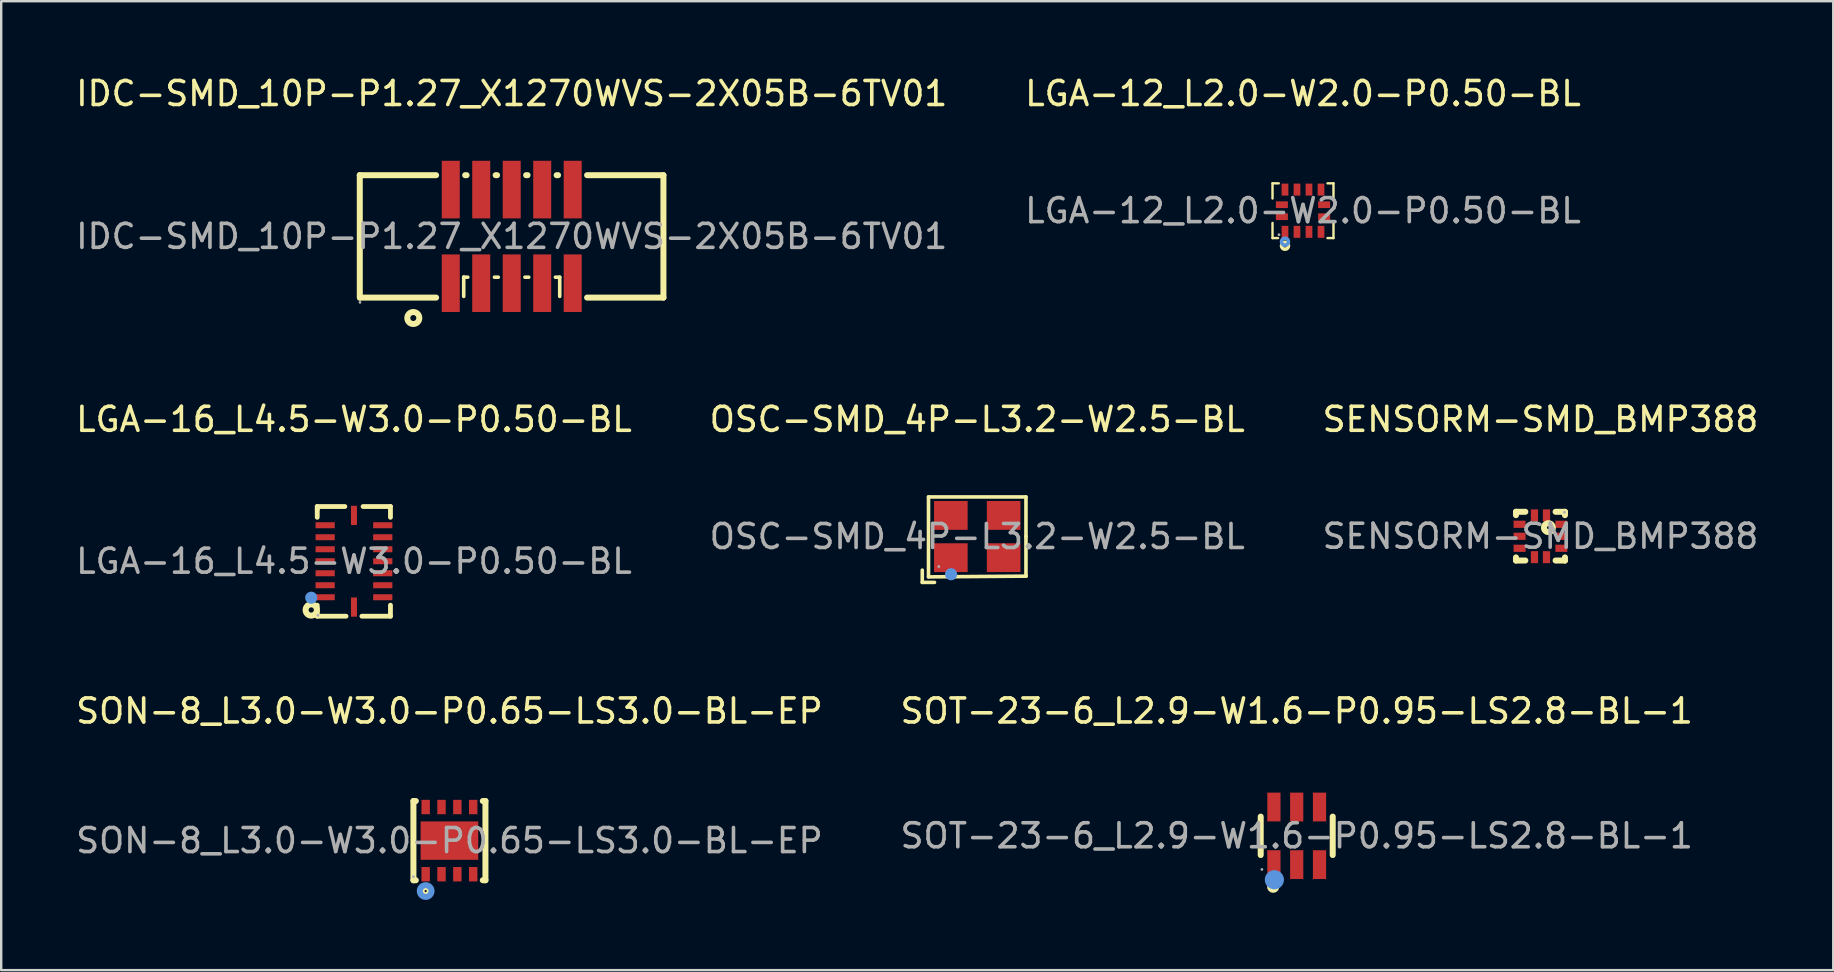
<source format=kicad_pcb>
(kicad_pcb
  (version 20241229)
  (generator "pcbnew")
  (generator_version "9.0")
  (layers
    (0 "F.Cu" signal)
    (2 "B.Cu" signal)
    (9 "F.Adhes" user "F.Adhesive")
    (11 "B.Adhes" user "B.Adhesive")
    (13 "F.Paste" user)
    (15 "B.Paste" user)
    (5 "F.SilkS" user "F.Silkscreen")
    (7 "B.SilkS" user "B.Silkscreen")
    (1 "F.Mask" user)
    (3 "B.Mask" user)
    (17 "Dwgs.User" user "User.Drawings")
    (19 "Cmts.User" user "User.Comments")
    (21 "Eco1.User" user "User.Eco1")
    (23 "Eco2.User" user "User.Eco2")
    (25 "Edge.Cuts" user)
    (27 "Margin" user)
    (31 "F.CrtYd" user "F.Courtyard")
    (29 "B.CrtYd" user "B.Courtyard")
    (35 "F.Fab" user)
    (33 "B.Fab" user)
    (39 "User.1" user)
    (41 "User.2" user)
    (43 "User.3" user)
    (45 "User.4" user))
  (footprint "SON-8_L3.0-W3.0-P0.65-LS3.0-BL-EP"
    (layer "F.Cu")
    (at 15.673 31.97)
    (property "Reference" "SON-8_L3.0-W3.0-P0.65-LS3.0-BL-EP" (at 0 -5.4 0) (layer "F.SilkS") (effects (font (size 1 1) (thickness 0.15))))
    (attr smd)
    (fp_line (start -1.5 -1.65) (end -1.4 -1.65) (stroke (width 0.25) (type solid)) (layer "F.SilkS"))
    (fp_line (start -1.5 1.65) (end -1.5 -1.65) (stroke (width 0.25) (type solid)) (layer "F.SilkS"))
    (fp_line (start -1.5 1.65) (end -1.4 1.65) (stroke (width 0.25) (type solid)) (layer "F.SilkS"))
    (fp_line (start 1.39 -1.65) (end 1.5 -1.65) (stroke (width 0.25) (type solid)) (layer "F.SilkS"))
    (fp_line (start 1.39 1.65) (end 1.5 1.65) (stroke (width 0.25) (type solid)) (layer "F.SilkS"))
    (fp_line (start 1.5 1.65) (end 1.5 -1.65) (stroke (width 0.25) (type solid)) (layer "F.SilkS"))
    (fp_circle (center -0.99 2.1) (end -0.82 2.1) (stroke (width 0.25) (type solid)) (fill no) (layer "F.SilkS"))
    (fp_circle (center -0.99 2.1) (end -0.87 2.1) (stroke (width 0.25) (type solid)) (fill no) (layer "Cmts.User"))
    (fp_circle (center -1.5 1.5) (end -1.47 1.5) (stroke (width 0.06) (type solid)) (fill no) (layer "F.Fab"))
    (fp_text user "${REFERENCE}" (at 0 0 0) (layer "F.Fab") (effects (font (size 1 1) (thickness 0.15))))
    (pad "1" smd rect (at -0.99 1.4) (size 0.35 0.6) (layers "F.Cu" "F.Mask" "F.Paste"))
    (pad "2" smd rect (at -0.33 1.4) (size 0.35 0.6) (layers "F.Cu" "F.Mask" "F.Paste"))
    (pad "3" smd rect (at 0.33 1.4) (size 0.35 0.6) (layers "F.Cu" "F.Mask" "F.Paste"))
    (pad "4" smd rect (at 0.99 1.4) (size 0.35 0.6) (layers "F.Cu" "F.Mask" "F.Paste"))
    (pad "5" smd rect (at 0.99 -1.4) (size 0.35 0.6) (layers "F.Cu" "F.Mask" "F.Paste"))
    (pad "6" smd rect (at 0.33 -1.4) (size 0.35 0.6) (layers "F.Cu" "F.Mask" "F.Paste"))
    (pad "7" smd rect (at -0.33 -1.4) (size 0.35 0.6) (layers "F.Cu" "F.Mask" "F.Paste"))
    (pad "8" smd rect (at -0.99 -1.4) (size 0.35 0.6) (layers "F.Cu" "F.Mask" "F.Paste"))
    (pad "9" smd rect (at 0 0) (size 2.4 1.6) (layers "F.Cu" "F.Mask" "F.Paste")))
  (footprint "IDC-SMD_10P-P1.27_X1270WVS-2X05B-6TV01"
    (layer "F.Cu")
    (at 18.268 6.798)
    (property "Reference" "IDC-SMD_10P-P1.27_X1270WVS-2X05B-6TV01" (at 0 -5.95 0) (layer "F.SilkS") (effects (font (size 1 1) (thickness 0.15))))
    (attr through_hole)
    (fp_line (start -6.33 -2.55) (end -3.15 -2.55) (stroke (width 0.25) (type solid)) (layer "F.SilkS"))
    (fp_line (start -6.33 2.55) (end -6.33 -2.55) (stroke (width 0.25) (type solid)) (layer "F.SilkS"))
    (fp_line (start -3.15 2.55) (end -6.32 2.55) (stroke (width 0.25) (type solid)) (layer "F.SilkS"))
    (fp_line (start -2 1.7) (end -2 1.7) (stroke (width 0.15) (type solid)) (layer "F.SilkS"))
    (fp_line (start -2 1.7) (end -1.83 1.7) (stroke (width 0.15) (type solid)) (layer "F.SilkS"))
    (fp_line (start -2 2.5) (end -2 1.7) (stroke (width 0.15) (type solid)) (layer "F.SilkS"))
    (fp_line (start -1.94 -2.55) (end -1.88 -2.55) (stroke (width 0.25) (type solid)) (layer "F.SilkS"))
    (fp_line (start -0.72 1.7) (end -0.56 1.7) (stroke (width 0.15) (type solid)) (layer "F.SilkS"))
    (fp_line (start -0.67 -2.55) (end -0.61 -2.55) (stroke (width 0.25) (type solid)) (layer "F.SilkS"))
    (fp_line (start 0.55 1.7) (end 0.71 1.7) (stroke (width 0.15) (type solid)) (layer "F.SilkS"))
    (fp_line (start 0.6 -2.55) (end 0.66 -2.55) (stroke (width 0.25) (type solid)) (layer "F.SilkS"))
    (fp_line (start 1.82 1.7) (end 2 1.7) (stroke (width 0.15) (type solid)) (layer "F.SilkS"))
    (fp_line (start 1.87 -2.55) (end 1.93 -2.55) (stroke (width 0.25) (type solid)) (layer "F.SilkS"))
    (fp_line (start 2 1.7) (end 2 2.5) (stroke (width 0.15) (type solid)) (layer "F.SilkS"))
    (fp_line (start 3.14 -2.55) (end 6.32 -2.55) (stroke (width 0.25) (type solid)) (layer "F.SilkS"))
    (fp_line (start 6.32 -2.55) (end 6.32 2.55) (stroke (width 0.25) (type solid)) (layer "F.SilkS"))
    (fp_line (start 6.32 2.55) (end 3.14 2.55) (stroke (width 0.25) (type solid)) (layer "F.SilkS"))
    (fp_circle (center -4.1 3.4) (end -3.85 3.4) (stroke (width 0.25) (type solid)) (fill no) (layer "F.SilkS"))
    (fp_circle (center -6.32 2.75) (end -6.29 2.75) (stroke (width 0.06) (type solid)) (fill no) (layer "F.Fab"))
    (fp_text user "${REFERENCE}" (at 0 0 0) (layer "F.Fab") (effects (font (size 1 1) (thickness 0.15))))
    (pad "1" smd rect (at -2.54 1.95) (size 0.75 2.4) (layers "F.Cu" "F.Mask" "F.Paste"))
    (pad "2" smd rect (at -2.54 -1.95) (size 0.75 2.4) (layers "F.Cu" "F.Mask" "F.Paste"))
    (pad "3" smd rect (at -1.27 1.95) (size 0.75 2.4) (layers "F.Cu" "F.Mask" "F.Paste"))
    (pad "4" smd rect (at -1.27 -1.95) (size 0.75 2.4) (layers "F.Cu" "F.Mask" "F.Paste"))
    (pad "5" smd rect (at 0 1.95) (size 0.75 2.4) (layers "F.Cu" "F.Mask" "F.Paste"))
    (pad "6" smd rect (at 0 -1.95) (size 0.75 2.4) (layers "F.Cu" "F.Mask" "F.Paste"))
    (pad "7" smd rect (at 1.27 1.95) (size 0.75 2.4) (layers "F.Cu" "F.Mask" "F.Paste"))
    (pad "8" smd rect (at 1.27 -1.95) (size 0.75 2.4) (layers "F.Cu" "F.Mask" "F.Paste"))
    (pad "9" smd rect (at 2.54 1.95) (size 0.75 2.4) (layers "F.Cu" "F.Mask" "F.Paste"))
    (pad "10" smd rect (at 2.54 -1.95) (size 0.75 2.4) (layers "F.Cu" "F.Mask" "F.Paste")))
  (footprint "SOT-23-6_L2.9-W1.6-P0.95-LS2.8-BL-1"
    (layer "F.Cu")
    (at 50.97 31.77)
    (property "Reference" "SOT-23-6_L2.9-W1.6-P0.95-LS2.8-BL-1" (at 0 -5.2 0) (layer "F.SilkS") (effects (font (size 1 1) (thickness 0.15))))
    (attr smd)
    (fp_line (start -1.5 0.8) (end -1.5 -0.8) (stroke (width 0.25) (type solid)) (layer "F.SilkS"))
    (fp_line (start 1.5 -0.8) (end 1.5 0.8) (stroke (width 0.25) (type solid)) (layer "F.SilkS"))
    (fp_circle (center -0.98 2.12) (end -0.85 2.12) (stroke (width 0.25) (type solid)) (fill no) (layer "F.SilkS"))
    (fp_circle (center -0.93 1.83) (end -0.73 1.83) (stroke (width 0.4) (type solid)) (fill no) (layer "Cmts.User"))
    (fp_circle (center -1.45 1.4) (end -1.42 1.4) (stroke (width 0.06) (type solid)) (fill no) (layer "F.Fab"))
    (fp_text user "${REFERENCE}" (at 0 0 0) (layer "F.Fab") (effects (font (size 1 1) (thickness 0.15))))
    (pad "1" smd rect (at -0.95 1.2) (size 0.55 1.2) (layers "F.Cu" "F.Mask" "F.Paste"))
    (pad "2" smd rect (at 0 1.2) (size 0.55 1.2) (layers "F.Cu" "F.Mask" "F.Paste"))
    (pad "3" smd rect (at 0.95 1.2) (size 0.55 1.2) (layers "F.Cu" "F.Mask" "F.Paste"))
    (pad "4" smd rect (at 0.95 -1.2) (size 0.55 1.2) (layers "F.Cu" "F.Mask" "F.Paste"))
    (pad "5" smd rect (at 0 -1.2) (size 0.55 1.2) (layers "F.Cu" "F.Mask" "F.Paste"))
    (pad "6" smd rect (at -0.95 -1.2) (size 0.55 1.2) (layers "F.Cu" "F.Mask" "F.Paste")))
  (footprint "OSC-SMD_4P-L3.2-W2.5-BL"
    (layer "F.Cu")
    (at 37.661 19.302)
    (property "Reference" "OSC-SMD_4P-L3.2-W2.5-BL" (at 0 -4.88 0) (layer "F.SilkS") (effects (font (size 1 1) (thickness 0.15))))
    (attr smd)
    (fp_line (start -2.29 1.4) (end -2.29 1.91) (stroke (width 0.15) (type solid)) (layer "F.SilkS"))
    (fp_line (start -2.29 1.91) (end -1.78 1.91) (stroke (width 0.15) (type solid)) (layer "F.SilkS"))
    (fp_line (start -2.03 -1.65) (end 2.03 -1.65) (stroke (width 0.15) (type solid)) (layer "F.SilkS"))
    (fp_line (start -2.03 1.68) (end -2.03 -1.65) (stroke (width 0.15) (type solid)) (layer "F.SilkS"))
    (fp_line (start 2.03 -1.65) (end 2.03 0) (stroke (width 0.15) (type solid)) (layer "F.SilkS"))
    (fp_line (start 2.03 0) (end 2.03 1.65) (stroke (width 0.15) (type solid)) (layer "F.SilkS"))
    (fp_line (start 2.03 1.65) (end -2.03 1.68) (stroke (width 0.15) (type solid)) (layer "F.SilkS"))
    (fp_line (start 2.03 1.65) (end 2.03 1.65) (stroke (width 0.15) (type solid)) (layer "F.SilkS"))
    (fp_circle (center -1.09 1.57) (end -0.96 1.57) (stroke (width 0.25) (type solid)) (fill no) (layer "Cmts.User"))
    (fp_circle (center -1.6 1.25) (end -1.57 1.25) (stroke (width 0.06) (type solid)) (fill no) (layer "F.Fab"))
    (fp_text user "${REFERENCE}" (at 0 0 0) (layer "F.Fab") (effects (font (size 1 1) (thickness 0.15))))
    (pad "1" smd rect (at -1.1 0.88) (size 1.4 1.2) (layers "F.Cu" "F.Mask" "F.Paste"))
    (pad "2" smd rect (at 1.1 0.88) (size 1.4 1.2) (layers "F.Cu" "F.Mask" "F.Paste"))
    (pad "3" smd rect (at 1.1 -0.88) (size 1.4 1.2) (layers "F.Cu" "F.Mask" "F.Paste"))
    (pad "4" smd rect (at -1.1 -0.88) (size 1.4 1.2) (layers "F.Cu" "F.Mask" "F.Paste")))
  (footprint "SENSORM-SMD_BMP388"
    (layer "F.Cu")
    (at 61.125 19.291)
    (property "Reference" "SENSORM-SMD_BMP388" (at 0 -4.87 0) (layer "F.SilkS") (effects (font (size 1 1) (thickness 0.15))))
    (attr smd)
    (fp_line (start -1.02 -1.02) (end -0.63 -1.02) (stroke (width 0.25) (type solid)) (layer "F.SilkS"))
    (fp_line (start -1.02 -0.88) (end -1.02 -1.02) (stroke (width 0.25) (type solid)) (layer "F.SilkS"))
    (fp_line (start -1.02 1.01) (end -1.02 0.88) (stroke (width 0.25) (type solid)) (layer "F.SilkS"))
    (fp_line (start -0.63 1.01) (end -1.02 1.01) (stroke (width 0.25) (type solid)) (layer "F.SilkS"))
    (fp_line (start 0.63 -1.02) (end 1.02 -1.02) (stroke (width 0.25) (type solid)) (layer "F.SilkS"))
    (fp_line (start 1.02 -1.02) (end 1.02 -0.88) (stroke (width 0.25) (type solid)) (layer "F.SilkS"))
    (fp_line (start 1.02 0.88) (end 1.02 1.01) (stroke (width 0.25) (type solid)) (layer "F.SilkS"))
    (fp_line (start 1.02 1.01) (end 0.63 1.01) (stroke (width 0.25) (type solid)) (layer "F.SilkS"))
    (fp_circle (center 0.33 -0.36) (end 0.39 -0.36) (stroke (width 0.25) (type solid)) (fill no) (layer "F.SilkS"))
    (fp_circle (center 1 -1) (end 1.03 -1) (stroke (width 0.06) (type solid)) (fill no) (layer "F.Fab"))
    (fp_text user "${REFERENCE}" (at 0 0 0) (layer "F.Fab") (effects (font (size 1 1) (thickness 0.15))))
    (pad "1" smd rect (at 0.25 -0.87) (size 0.3 0.5) (layers "F.Cu" "F.Mask" "F.Paste"))
    (pad "2" smd rect (at -0.25 -0.87) (size 0.3 0.5) (layers "F.Cu" "F.Mask" "F.Paste"))
    (pad "3" smd rect (at -0.87 -0.5 270) (size 0.3 0.5) (layers "F.Cu" "F.Mask" "F.Paste"))
    (pad "4" smd rect (at -0.87 0 90) (size 0.3 0.5) (layers "F.Cu" "F.Mask" "F.Paste"))
    (pad "5" smd rect (at -0.87 0.5 90) (size 0.3 0.5) (layers "F.Cu" "F.Mask" "F.Paste"))
    (pad "6" smd rect (at -0.25 0.87 180) (size 0.3 0.5) (layers "F.Cu" "F.Mask" "F.Paste"))
    (pad "7" smd rect (at 0.25 0.87 180) (size 0.3 0.5) (layers "F.Cu" "F.Mask" "F.Paste"))
    (pad "8" smd rect (at 0.87 0.5 270) (size 0.3 0.5) (layers "F.Cu" "F.Mask" "F.Paste"))
    (pad "9" smd rect (at 0.87 0 270) (size 0.3 0.5) (layers "F.Cu" "F.Mask" "F.Paste"))
    (pad "10" smd rect (at 0.87 -0.5 270) (size 0.3 0.5) (layers "F.Cu" "F.Mask" "F.Paste")))
  (footprint "LGA-12_L2.0-W2.0-P0.50-BL"
    (layer "F.Cu")
    (at 51.232 5.728)
    (property "Reference" "LGA-12_L2.0-W2.0-P0.50-BL" (at 0 -4.88 0) (layer "F.SilkS") (effects (font (size 1 1) (thickness 0.15))))
    (attr smd)
    (fp_line (start -1.27 -1.14) (end -1.27 -0.51) (stroke (width 0.1) (type solid)) (layer "F.SilkS"))
    (fp_line (start -1.27 0.51) (end -1.27 1.14) (stroke (width 0.1) (type solid)) (layer "F.SilkS"))
    (fp_line (start -1.27 1.14) (end -1.04 1.14) (stroke (width 0.1) (type solid)) (layer "F.SilkS"))
    (fp_line (start -1.01 -1.14) (end -1.27 -1.14) (stroke (width 0.1) (type solid)) (layer "F.SilkS"))
    (fp_line (start 1.02 -1.14) (end 1.27 -1.14) (stroke (width 0.1) (type solid)) (layer "F.SilkS"))
    (fp_line (start 1.27 -1.14) (end 1.27 -0.51) (stroke (width 0.1) (type solid)) (layer "F.SilkS"))
    (fp_line (start 1.27 0.51) (end 1.27 1.14) (stroke (width 0.1) (type solid)) (layer "F.SilkS"))
    (fp_line (start 1.27 1.14) (end 1.02 1.14) (stroke (width 0.1) (type solid)) (layer "F.SilkS"))
    (fp_circle (center -0.75 1.46) (end -0.68 1.46) (stroke (width 0.15) (type solid)) (fill no) (layer "F.SilkS"))
    (fp_circle (center -0.75 1.29) (end -0.68 1.29) (stroke (width 0.15) (type solid)) (fill no) (layer "Cmts.User"))
    (fp_circle (center -1 1) (end -0.97 1) (stroke (width 0.06) (type solid)) (fill no) (layer "F.Fab"))
    (fp_text user "${REFERENCE}" (at 0 0 0) (layer "F.Fab") (effects (font (size 1 1) (thickness 0.15))))
    (pad "1" smd rect (at -0.75 0.88) (size 0.28 0.5) (layers "F.Cu" "F.Mask" "F.Paste"))
    (pad "2" smd rect (at -0.25 0.88) (size 0.28 0.5) (layers "F.Cu" "F.Mask" "F.Paste"))
    (pad "3" smd rect (at 0.25 0.88) (size 0.28 0.5) (layers "F.Cu" "F.Mask" "F.Paste"))
    (pad "4" smd rect (at 0.75 0.88) (size 0.28 0.5) (layers "F.Cu" "F.Mask" "F.Paste"))
    (pad "5" smd rect (at 0.88 0.25) (size 0.5 0.28) (layers "F.Cu" "F.Mask" "F.Paste"))
    (pad "6" smd rect (at 0.88 -0.25) (size 0.5 0.28) (layers "F.Cu" "F.Mask" "F.Paste"))
    (pad "7" smd rect (at 0.75 -0.88) (size 0.28 0.5) (layers "F.Cu" "F.Mask" "F.Paste"))
    (pad "8" smd rect (at 0.25 -0.88) (size 0.28 0.5) (layers "F.Cu" "F.Mask" "F.Paste"))
    (pad "9" smd rect (at -0.25 -0.88) (size 0.28 0.5) (layers "F.Cu" "F.Mask" "F.Paste"))
    (pad "10" smd rect (at -0.75 -0.88) (size 0.28 0.5) (layers "F.Cu" "F.Mask" "F.Paste"))
    (pad "11" smd rect (at -0.88 -0.25) (size 0.5 0.28) (layers "F.Cu" "F.Mask" "F.Paste"))
    (pad "12" smd rect (at -0.88 0.25) (size 0.5 0.28) (layers "F.Cu" "F.Mask" "F.Paste")))
  (footprint "LGA-16_L4.5-W3.0-P0.50-BL"
    (layer "F.Cu")
    (at 11.696 20.331)
    (property "Reference" "LGA-16_L4.5-W3.0-P0.50-BL" (at 0 -5.91 0) (layer "F.SilkS") (effects (font (size 1 1) (thickness 0.15))))
    (attr smd)
    (fp_line (start -1.53 -2.28) (end -0.38 -2.28) (stroke (width 0.2) (type solid)) (layer "F.SilkS"))
    (fp_line (start -1.53 -2.16) (end -1.53 -2.28) (stroke (width 0.2) (type solid)) (layer "F.SilkS"))
    (fp_line (start -1.53 -1.83) (end -1.53 -2.16) (stroke (width 0.2) (type solid)) (layer "F.SilkS"))
    (fp_line (start -1.53 2.29) (end -1.53 1.83) (stroke (width 0.2) (type solid)) (layer "F.SilkS"))
    (fp_line (start -0.33 2.29) (end -1.53 2.29) (stroke (width 0.2) (type solid)) (layer "F.SilkS"))
    (fp_line (start 0.38 -2.28) (end 1.52 -2.28) (stroke (width 0.2) (type solid)) (layer "F.SilkS"))
    (fp_line (start 1.52 -2.28) (end 1.52 -1.83) (stroke (width 0.2) (type solid)) (layer "F.SilkS"))
    (fp_line (start 1.52 1.83) (end 1.52 2.29) (stroke (width 0.2) (type solid)) (layer "F.SilkS"))
    (fp_line (start 1.52 2.29) (end 0.33 2.29) (stroke (width 0.2) (type solid)) (layer "F.SilkS"))
    (fp_circle (center -1.78 2.03) (end -1.67 2.03) (stroke (width 0.25) (type solid)) (fill no) (layer "F.SilkS"))
    (fp_circle (center -1.78 1.52) (end -1.65 1.52) (stroke (width 0.25) (type solid)) (fill no) (layer "Cmts.User"))
    (fp_circle (center -1.5 2.25) (end -1.47 2.25) (stroke (width 0.06) (type solid)) (fill no) (layer "F.Fab"))
    (fp_text user "${REFERENCE}" (at 0 0 0) (layer "F.Fab") (effects (font (size 1 1) (thickness 0.15))))
    (pad "1" smd rect (at -1.2 1.5 90) (size 0.25 0.8) (layers "F.Cu" "F.Mask" "F.Paste"))
    (pad "2" smd rect (at -1.2 1 90) (size 0.25 0.8) (layers "F.Cu" "F.Mask" "F.Paste"))
    (pad "3" smd rect (at -1.2 0.5 90) (size 0.25 0.8) (layers "F.Cu" "F.Mask" "F.Paste"))
    (pad "4" smd rect (at -1.2 0 90) (size 0.25 0.8) (layers "F.Cu" "F.Mask" "F.Paste"))
    (pad "5" smd rect (at -1.2 -0.5 90) (size 0.25 0.8) (layers "F.Cu" "F.Mask" "F.Paste"))
    (pad "6" smd rect (at -1.2 -1 90) (size 0.25 0.8) (layers "F.Cu" "F.Mask" "F.Paste"))
    (pad "7" smd rect (at -1.2 -1.5 90) (size 0.25 0.8) (layers "F.Cu" "F.Mask" "F.Paste"))
    (pad "8" smd rect (at 0 -1.91 180) (size 0.25 0.8) (layers "F.Cu" "F.Mask" "F.Paste"))
    (pad "9" smd rect (at 1.2 -1.5 270) (size 0.25 0.8) (layers "F.Cu" "F.Mask" "F.Paste"))
    (pad "10" smd rect (at 1.2 -1 270) (size 0.25 0.8) (layers "F.Cu" "F.Mask" "F.Paste"))
    (pad "11" smd rect (at 1.2 -0.5 270) (size 0.25 0.8) (layers "F.Cu" "F.Mask" "F.Paste"))
    (pad "12" smd rect (at 1.2 0 270) (size 0.25 0.8) (layers "F.Cu" "F.Mask" "F.Paste"))
    (pad "13" smd rect (at 1.2 0.5 270) (size 0.25 0.8) (layers "F.Cu" "F.Mask" "F.Paste"))
    (pad "14" smd rect (at 1.2 1 270) (size 0.25 0.8) (layers "F.Cu" "F.Mask" "F.Paste"))
    (pad "15" smd rect (at 1.2 1.5 270) (size 0.25 0.8) (layers "F.Cu" "F.Mask" "F.Paste"))
    (pad "16" smd rect (at 0 1.91) (size 0.25 0.8) (layers "F.Cu" "F.Mask" "F.Paste")))
  (gr_rect
    (start -3 -3)
    (end 73.321 37.365)
    (stroke (width 0.1) (type default))
    (fill no)
    (layer "Edge.Cuts")))
</source>
